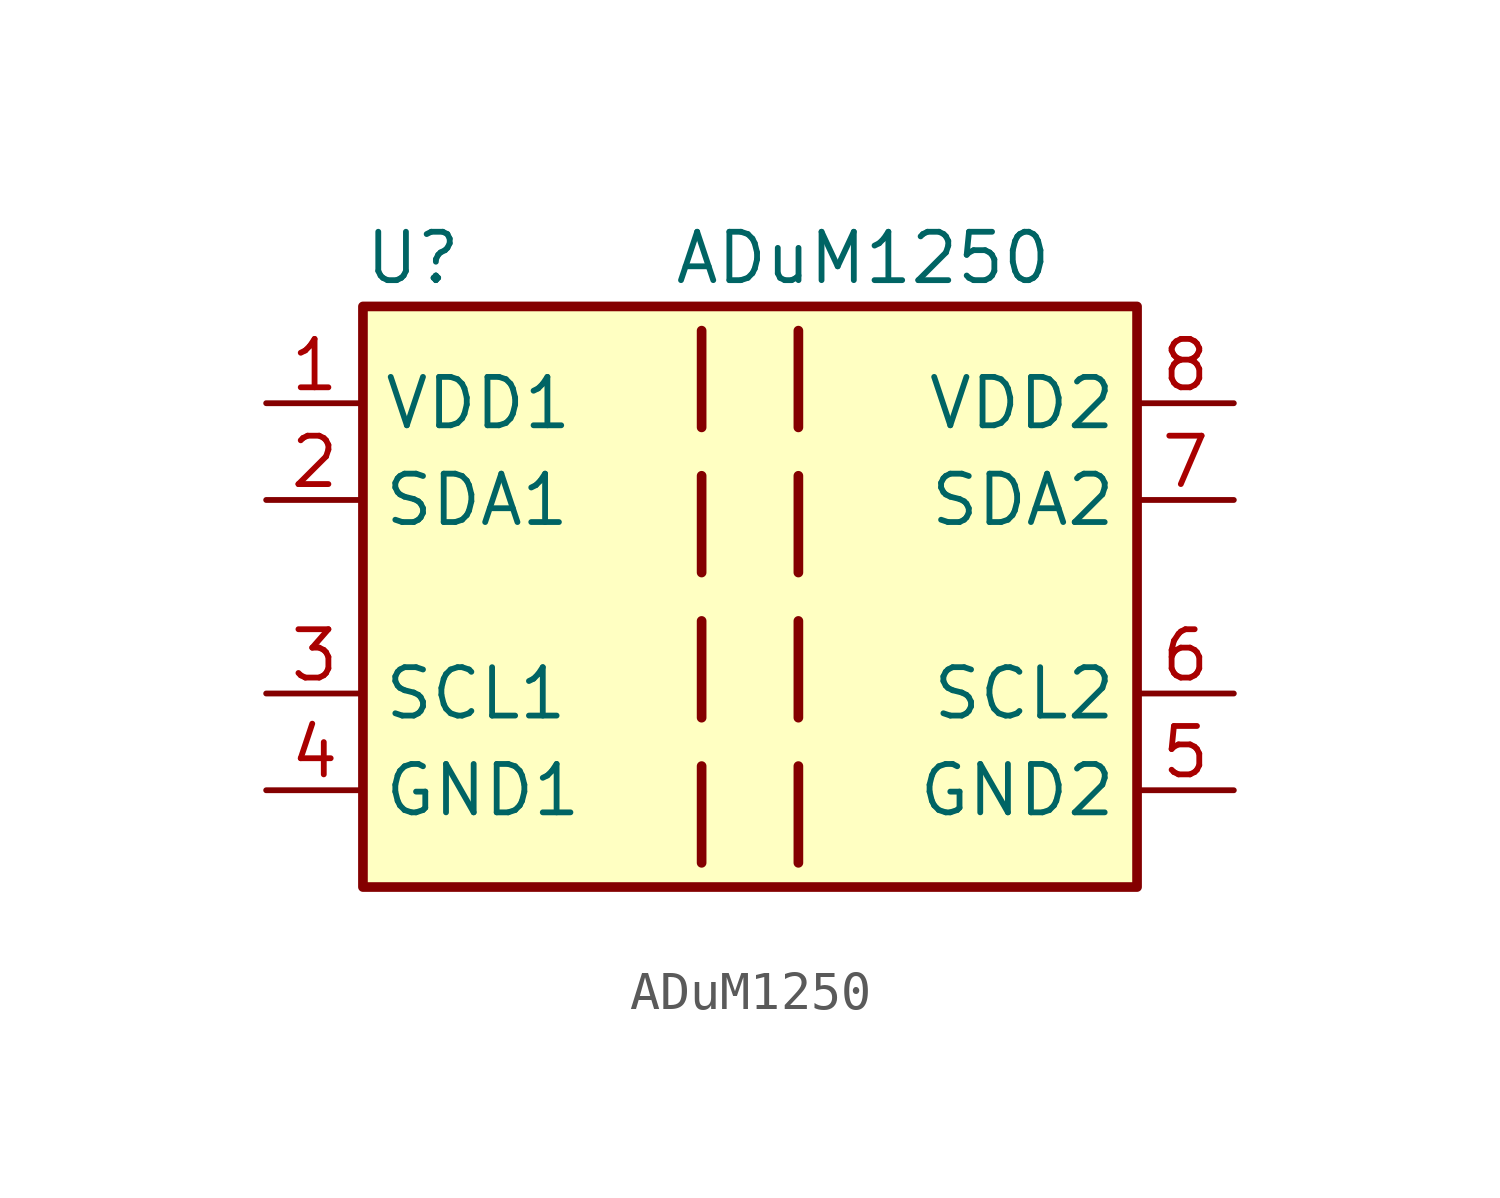
<source format=kicad_sym>
(kicad_symbol_lib
  (version 20211014)
  (generator kicad_symbol_editor)
  (symbol "ADuM1250"
    (property "Reference" "U"
      (at -10.16 8.89 0)
      (effects (font (size 1.27 1.27)) (justify left)))
    (property "Value" "ADuM1250"
      (at -2.032 8.89 0)
      (effects (font (size 1.27 1.27)) (justify left)))
    (symbol "ADuM1250_0_1"
      (rectangle (start -10.16 7.62) (end 10.16 -7.62) (stroke (width 0.254) (type default) (color 0 0 0 0)) (fill (type background)))
      (polyline (pts (xy -1.27 -4.445) (xy -1.27 -6.985)) (stroke (width 0.254) (type default) (color 0 0 0 0)) (fill (type none)))
      (polyline (pts (xy -1.27 -0.635) (xy -1.27 -3.175)) (stroke (width 0.254) (type default) (color 0 0 0 0)) (fill (type none)))
      (polyline (pts (xy -1.27 3.175) (xy -1.27 0.635)) (stroke (width 0.254) (type default) (color 0 0 0 0)) (fill (type none)))
      (polyline (pts (xy -1.27 6.985) (xy -1.27 4.445)) (stroke (width 0.254) (type default) (color 0 0 0 0)) (fill (type none)))
      (polyline (pts (xy 1.27 -4.445) (xy 1.27 -6.985)) (stroke (width 0.254) (type default) (color 0 0 0 0)) (fill (type none)))
      (polyline (pts (xy 1.27 -0.635) (xy 1.27 -3.175)) (stroke (width 0.254) (type default) (color 0 0 0 0)) (fill (type none)))
      (polyline (pts (xy 1.27 3.175) (xy 1.27 0.635)) (stroke (width 0.254) (type default) (color 0 0 0 0)) (fill (type none)))
      (polyline (pts (xy 1.27 6.985) (xy 1.27 4.445)) (stroke (width 0.254) (type default) (color 0 0 0 0)) (fill (type none))))
    (symbol "ADuM1250_1_1"
      (pin power_in line (at -12.7 5.08 0) (length 2.54) (name "VDD1" (effects (font (size 1.27 1.27)))) (number "1" (effects (font (size 1.27 1.27)))))
      (pin bidirectional line (at -12.7 2.54 0) (length 2.54) (name "SDA1" (effects (font (size 1.27 1.27)))) (number "2" (effects (font (size 1.27 1.27)))))
      (pin bidirectional line (at -12.7 -2.54 0) (length 2.54) (name "SCL1" (effects (font (size 1.27 1.27)))) (number "3" (effects (font (size 1.27 1.27)))))
      (pin power_in line (at -12.7 -5.08 0) (length 2.54) (name "GND1" (effects (font (size 1.27 1.27)))) (number "4" (effects (font (size 1.27 1.27)))))
      (pin power_in line (at 12.7 -5.08 180) (length 2.54) (name "GND2" (effects (font (size 1.27 1.27)))) (number "5" (effects (font (size 1.27 1.27)))))
      (pin bidirectional line (at 12.7 -2.54 180) (length 2.54) (name "SCL2" (effects (font (size 1.27 1.27)))) (number "6" (effects (font (size 1.27 1.27)))))
      (pin bidirectional line (at 12.7 2.54 180) (length 2.54) (name "SDA2" (effects (font (size 1.27 1.27)))) (number "7" (effects (font (size 1.27 1.27)))))
      (pin power_in line (at 12.7 5.08 180) (length 2.54) (name "VDD2" (effects (font (size 1.27 1.27)))) (number "8" (effects (font (size 1.27 1.27))))))))
</source>
